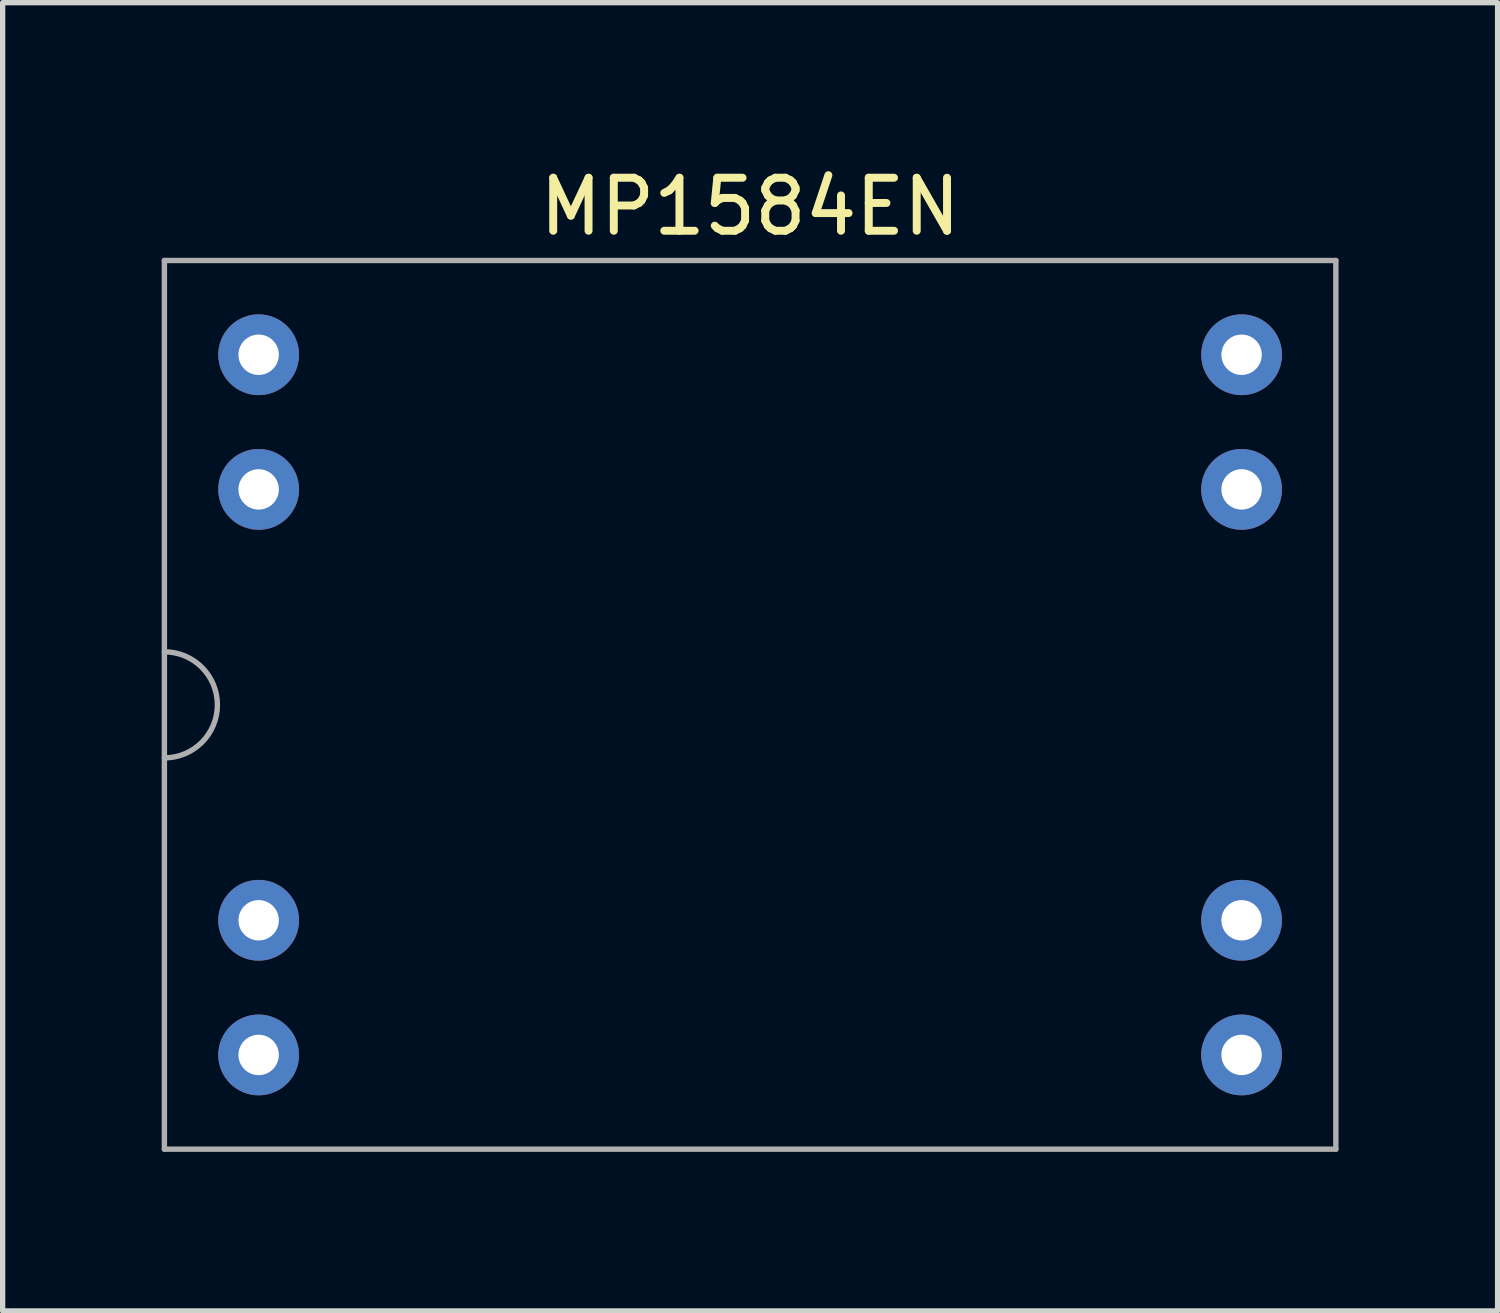
<source format=kicad_pcb>
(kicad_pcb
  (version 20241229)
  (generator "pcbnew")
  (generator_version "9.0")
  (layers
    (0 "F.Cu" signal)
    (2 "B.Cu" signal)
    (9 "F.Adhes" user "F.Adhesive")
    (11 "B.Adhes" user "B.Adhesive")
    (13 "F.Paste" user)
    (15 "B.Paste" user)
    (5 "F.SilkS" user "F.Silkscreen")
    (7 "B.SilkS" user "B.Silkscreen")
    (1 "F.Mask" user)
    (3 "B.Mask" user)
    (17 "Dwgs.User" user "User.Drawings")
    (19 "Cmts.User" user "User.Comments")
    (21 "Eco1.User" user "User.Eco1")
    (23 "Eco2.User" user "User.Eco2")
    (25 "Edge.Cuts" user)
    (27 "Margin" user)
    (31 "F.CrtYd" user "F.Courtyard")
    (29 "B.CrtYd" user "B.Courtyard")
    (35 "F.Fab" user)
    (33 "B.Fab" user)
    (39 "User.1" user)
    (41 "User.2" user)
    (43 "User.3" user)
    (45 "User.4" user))
  (footprint "MP1584EN"
    (layer "F.Cu")
    (at 11.1 10.246)
    (property "Reference" "MP1584EN" (at 0 -9.398 0) (layer "F.SilkS") (effects (font (size 1 1) (thickness 0.15))))
    (attr through_hole)
    (fp_line (start -11.049 -8.382) (end 11.049 -8.382) (stroke (width 0.102) (type solid)) (layer "F.Fab"))
    (fp_line (start -11.049 8.382) (end -11.049 -8.382) (stroke (width 0.102) (type solid)) (layer "F.Fab"))
    (fp_line (start -11.049 8.382) (end 11.049 8.382) (stroke (width 0.102) (type solid)) (layer "F.Fab"))
    (fp_line (start 11.049 8.382) (end 11.049 -8.382) (stroke (width 0.102) (type solid)) (layer "F.Fab"))
    (fp_arc (start -11.049 -1) (mid -10.049 0) (end -11.049 1) (stroke (width 0.1016) (type solid)) (layer "F.Fab"))
    (pad "1" thru_hole circle (at -9.271 -6.604) (size 1.524 1.524) (drill 0.762) (layers "*.Cu" "*.Mask"))
    (pad "2" thru_hole circle (at -9.271 -4.064) (size 1.524 1.524) (drill 0.762) (layers "*.Cu" "*.Mask"))
    (pad "3" thru_hole circle (at -9.271 4.064) (size 1.524 1.524) (drill 0.762) (layers "*.Cu" "*.Mask"))
    (pad "4" thru_hole circle (at -9.271 6.604) (size 1.524 1.524) (drill 0.762) (layers "*.Cu" "*.Mask"))
    (pad "5" thru_hole circle (at 9.271 6.604) (size 1.524 1.524) (drill 0.762) (layers "*.Cu" "*.Mask"))
    (pad "6" thru_hole circle (at 9.271 4.064) (size 1.524 1.524) (drill 0.762) (layers "*.Cu" "*.Mask"))
    (pad "7" thru_hole circle (at 9.271 -4.064) (size 1.524 1.524) (drill 0.762) (layers "*.Cu" "*.Mask"))
    (pad "8" thru_hole circle (at 9.271 -6.604) (size 1.524 1.524) (drill 0.762) (layers "*.Cu" "*.Mask")))
  (gr_rect
    (start -3 -3)
    (end 25.2 21.679)
    (stroke (width 0.1) (type default))
    (fill no)
    (layer "Edge.Cuts")))
</source>
